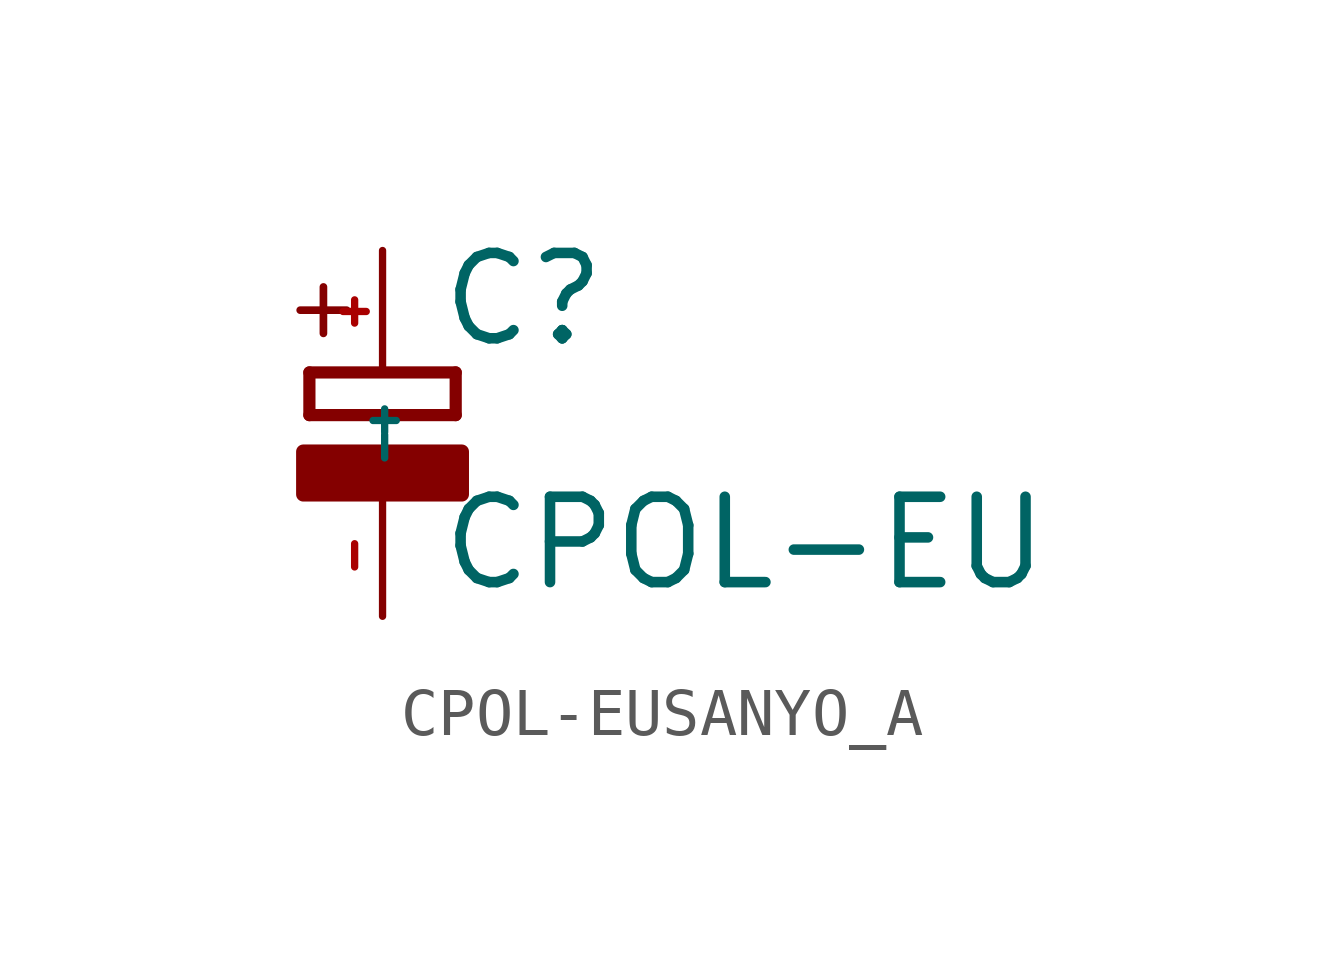
<source format=kicad_sym>
(kicad_symbol_lib
  (version 20220914)
  (generator Eagle2Kicad)
  (symbol "CPOL-EUSANYO_A"
    (property "Reference" "C"
      (at 1.143 0.483 0)
      (effects (font (size 1.778 1.778) (thickness 0.22)) (justify left bottom)))
    (property "Value" "CPOL-EU"
      (at 1.143 -4.597 0)
      (effects (font (size 1.778 1.778) (thickness 0.22)) (justify left bottom)))
    (polyline
      (pts (xy -1.524 -0.889) (xy 1.524 -0.889))
      (stroke (width 0.254) (type default))
      (fill (type none)))
    (polyline
      (pts (xy 1.524 -0.889) (xy 1.524 0))
      (stroke (width 0.254) (type default))
      (fill (type none)))
    (polyline
      (pts (xy -1.524 0) (xy -1.524 -0.889))
      (stroke (width 0.254) (type default))
      (fill (type none)))
    (polyline
      (pts (xy -1.524 0) (xy 1.524 0))
      (stroke (width 0.254) (type default))
      (fill (type none)))
    (text "+"
      (at -0.584 0.406 900)
      (effects (font (size 1.27 1.27) (thickness 0.16)) (justify left bottom)))
    (rectangle
      (start -1.651 -2.54)
      (end 1.651 -1.651)
      (stroke (width 0.3) (type default))
      (fill (type outline)))
    (pin passive line
      (at 0 -5.08 90)
      (length 2.54)
      (name "-" (effects (font (size 0.635 0.635) (thickness 0.08)) (justify left bottom)))
      (number "-" (effects (font (size 0.635 0.635) (thickness 0.08)) (justify left bottom))))
    (pin passive line
      (at 0 2.54 270)
      (length 2.54)
      (name "+" (effects (font (size 0.635 0.635) (thickness 0.08)) (justify left bottom)))
      (number "+" (effects (font (size 0.635 0.635) (thickness 0.08)) (justify left bottom))))))
</source>
